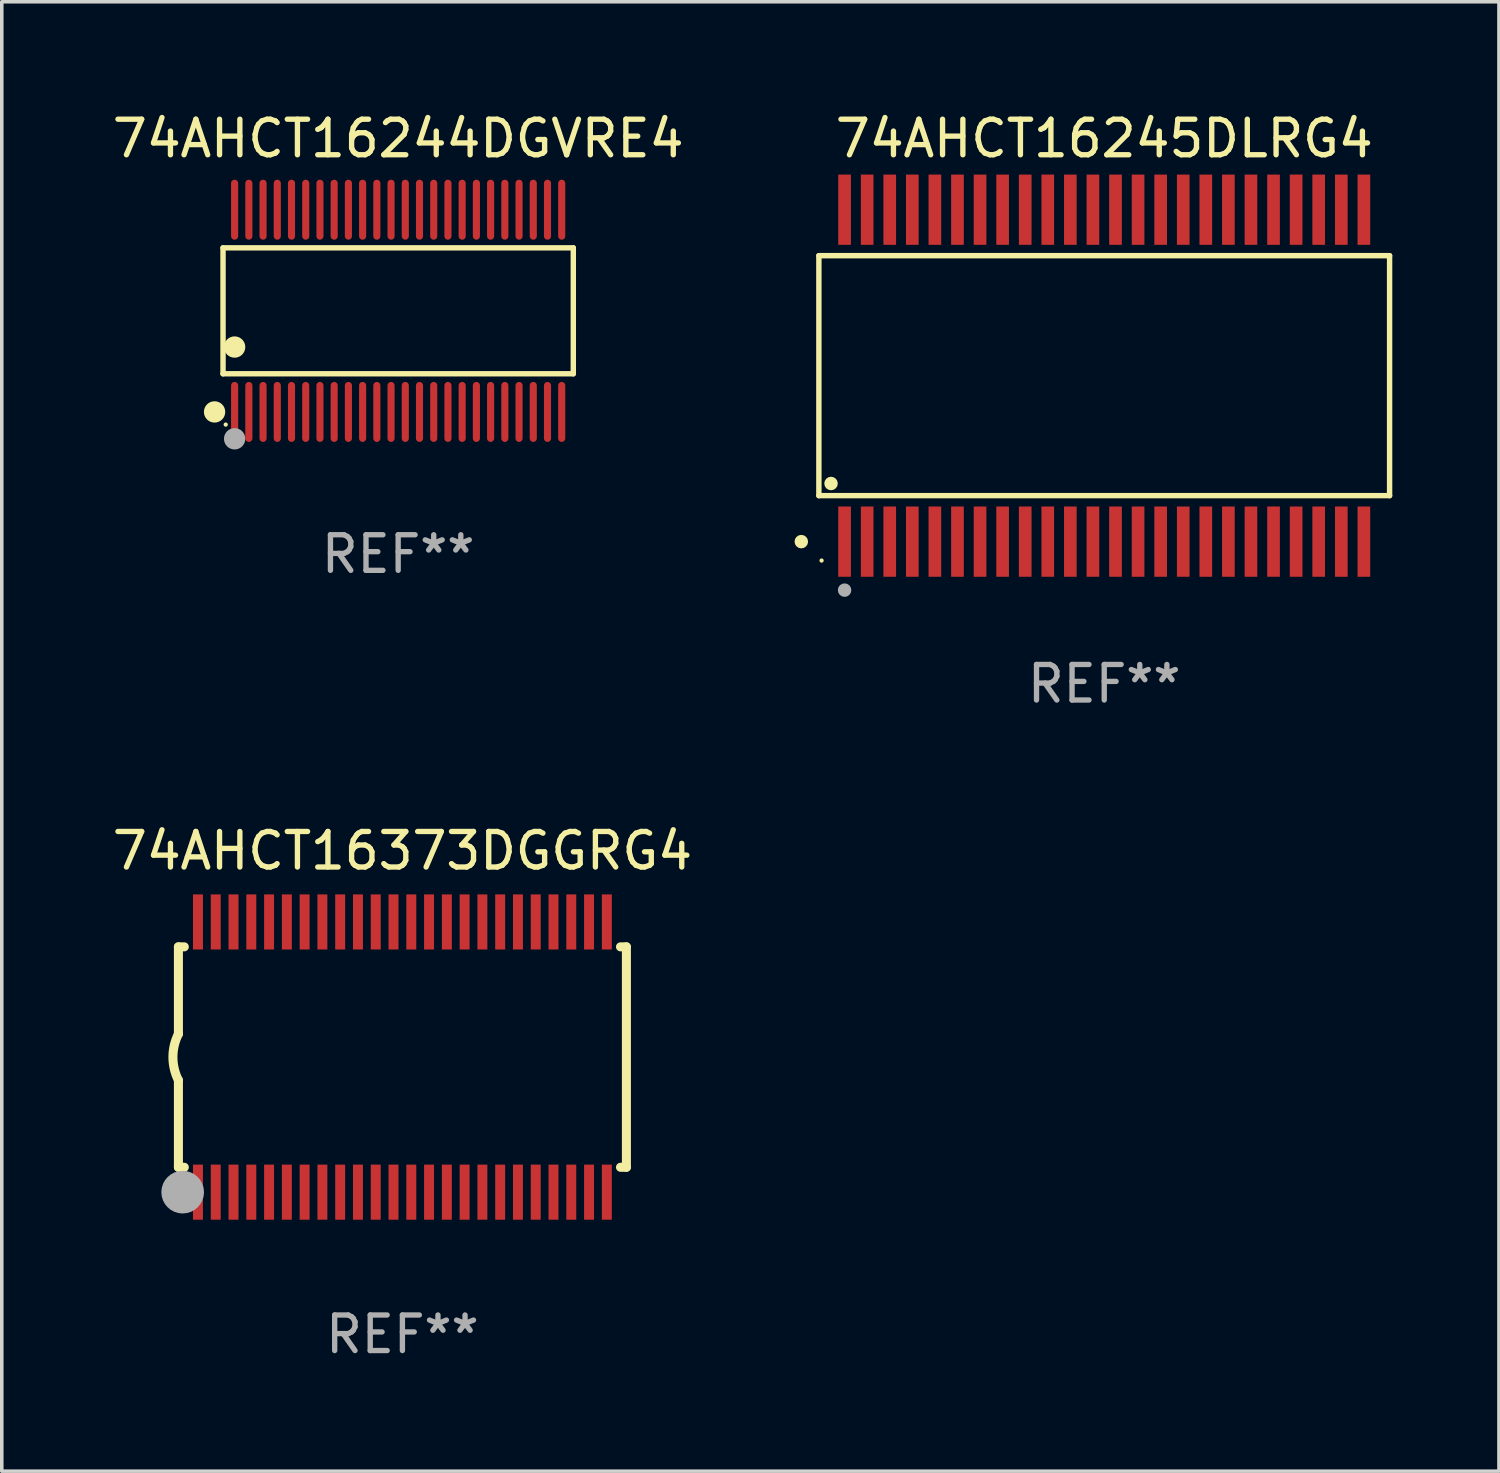
<source format=kicad_pcb>
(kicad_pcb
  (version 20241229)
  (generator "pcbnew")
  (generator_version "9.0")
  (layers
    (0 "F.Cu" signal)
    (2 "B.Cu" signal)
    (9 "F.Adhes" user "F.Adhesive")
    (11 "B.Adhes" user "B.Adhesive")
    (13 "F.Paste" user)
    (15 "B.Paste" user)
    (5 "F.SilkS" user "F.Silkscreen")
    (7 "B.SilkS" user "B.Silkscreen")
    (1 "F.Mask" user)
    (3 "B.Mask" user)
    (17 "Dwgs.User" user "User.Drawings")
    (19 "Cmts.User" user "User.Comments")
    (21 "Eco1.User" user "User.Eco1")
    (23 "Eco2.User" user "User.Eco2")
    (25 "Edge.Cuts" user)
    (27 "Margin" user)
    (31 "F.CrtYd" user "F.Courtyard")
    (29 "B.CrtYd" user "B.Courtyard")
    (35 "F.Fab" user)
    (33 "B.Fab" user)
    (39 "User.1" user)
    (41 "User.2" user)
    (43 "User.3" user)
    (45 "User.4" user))
  (footprint "74AHCT16373DGGRG4"
    (layer "F.Cu")
    (at 8.268 26.681)
    (property "Reference" "74AHCT16373DGGRG4" (at 0 -5.8 0) (layer "F.SilkS") (effects (font (size 1 1) (thickness 0.15))))
    (attr through_hole)
    (fp_line (start -6.3 -3.1) (end -6.3 -0.65) (stroke (width 0.254) (type solid)) (layer "F.SilkS"))
    (fp_line (start -6.3 -3.1) (end -6.134 -3.1) (stroke (width 0.254) (type solid)) (layer "F.SilkS"))
    (fp_line (start -6.3 3.1) (end -6.3 0.65) (stroke (width 0.254) (type solid)) (layer "F.SilkS"))
    (fp_line (start -6.3 3.1) (end -6.134 3.1) (stroke (width 0.254) (type solid)) (layer "F.SilkS"))
    (fp_line (start 6.134 -3.1) (end 6.3 -3.1) (stroke (width 0.254) (type solid)) (layer "F.SilkS"))
    (fp_line (start 6.134 3.1) (end 6.3 3.1) (stroke (width 0.254) (type solid)) (layer "F.SilkS"))
    (fp_line (start 6.3 -3.1) (end 6.3 3.1) (stroke (width 0.254) (type solid)) (layer "F.SilkS"))
    (fp_arc (start -6.301016 0.650114) (mid -6.45413 -0.000082) (end -6.3 -0.650038) (stroke (width 0.254001) (type solid)) (layer "F.SilkS"))
    (fp_circle (center -6.35 3.81) (end -6.223 3.81) (stroke (width 0.254) (type solid)) (fill no) (layer "F.SilkS"))
    (fp_circle (center -6.25 4.05) (end -6.22 4.05) (stroke (width 0.06) (type solid)) (fill no) (layer "F.SilkS"))
    (fp_circle (center -6.18 3.8) (end -5.88 3.8) (stroke (width 0.6) (type solid)) (fill no) (layer "F.Fab"))
    (fp_text user "REF**" (at 0 7.8 0) (layer "F.Fab") (effects (font (size 1 1) (thickness 0.15))))
    (pad "1" smd rect (at -5.75 3.8) (size 0.28 1.55) (layers "F.Cu" "F.Mask" "F.Paste"))
    (pad "2" smd rect (at -5.25 3.8) (size 0.28 1.55) (layers "F.Cu" "F.Mask" "F.Paste"))
    (pad "3" smd rect (at -4.75 3.8) (size 0.28 1.55) (layers "F.Cu" "F.Mask" "F.Paste"))
    (pad "4" smd rect (at -4.25 3.8) (size 0.28 1.55) (layers "F.Cu" "F.Mask" "F.Paste"))
    (pad "5" smd rect (at -3.75 3.8) (size 0.28 1.55) (layers "F.Cu" "F.Mask" "F.Paste"))
    (pad "6" smd rect (at -3.25 3.8) (size 0.28 1.55) (layers "F.Cu" "F.Mask" "F.Paste"))
    (pad "7" smd rect (at -2.75 3.8) (size 0.28 1.55) (layers "F.Cu" "F.Mask" "F.Paste"))
    (pad "8" smd rect (at -2.25 3.8) (size 0.28 1.55) (layers "F.Cu" "F.Mask" "F.Paste"))
    (pad "9" smd rect (at -1.75 3.8) (size 0.28 1.55) (layers "F.Cu" "F.Mask" "F.Paste"))
    (pad "10" smd rect (at -1.25 3.8) (size 0.28 1.55) (layers "F.Cu" "F.Mask" "F.Paste"))
    (pad "11" smd rect (at -0.75 3.8) (size 0.28 1.55) (layers "F.Cu" "F.Mask" "F.Paste"))
    (pad "12" smd rect (at -0.25 3.8) (size 0.28 1.55) (layers "F.Cu" "F.Mask" "F.Paste"))
    (pad "13" smd rect (at 0.25 3.8) (size 0.28 1.55) (layers "F.Cu" "F.Mask" "F.Paste"))
    (pad "14" smd rect (at 0.75 3.8) (size 0.28 1.55) (layers "F.Cu" "F.Mask" "F.Paste"))
    (pad "15" smd rect (at 1.25 3.8) (size 0.28 1.55) (layers "F.Cu" "F.Mask" "F.Paste"))
    (pad "16" smd rect (at 1.75 3.8) (size 0.28 1.55) (layers "F.Cu" "F.Mask" "F.Paste"))
    (pad "17" smd rect (at 2.25 3.8) (size 0.28 1.55) (layers "F.Cu" "F.Mask" "F.Paste"))
    (pad "18" smd rect (at 2.75 3.8) (size 0.28 1.55) (layers "F.Cu" "F.Mask" "F.Paste"))
    (pad "19" smd rect (at 3.25 3.8) (size 0.28 1.55) (layers "F.Cu" "F.Mask" "F.Paste"))
    (pad "20" smd rect (at 3.75 3.8) (size 0.28 1.55) (layers "F.Cu" "F.Mask" "F.Paste"))
    (pad "21" smd rect (at 4.25 3.8) (size 0.28 1.55) (layers "F.Cu" "F.Mask" "F.Paste"))
    (pad "22" smd rect (at 4.75 3.8) (size 0.28 1.55) (layers "F.Cu" "F.Mask" "F.Paste"))
    (pad "23" smd rect (at 5.25 3.8) (size 0.28 1.55) (layers "F.Cu" "F.Mask" "F.Paste"))
    (pad "24" smd rect (at 5.75 3.8) (size 0.28 1.55) (layers "F.Cu" "F.Mask" "F.Paste"))
    (pad "25" smd rect (at 5.75 -3.8) (size 0.28 1.55) (layers "F.Cu" "F.Mask" "F.Paste"))
    (pad "26" smd rect (at 5.25 -3.8) (size 0.28 1.55) (layers "F.Cu" "F.Mask" "F.Paste"))
    (pad "27" smd rect (at 4.75 -3.8) (size 0.28 1.55) (layers "F.Cu" "F.Mask" "F.Paste"))
    (pad "28" smd rect (at 4.25 -3.8) (size 0.28 1.55) (layers "F.Cu" "F.Mask" "F.Paste"))
    (pad "29" smd rect (at 3.75 -3.8) (size 0.28 1.55) (layers "F.Cu" "F.Mask" "F.Paste"))
    (pad "30" smd rect (at 3.25 -3.8) (size 0.28 1.55) (layers "F.Cu" "F.Mask" "F.Paste"))
    (pad "31" smd rect (at 2.75 -3.8) (size 0.28 1.55) (layers "F.Cu" "F.Mask" "F.Paste"))
    (pad "32" smd rect (at 2.25 -3.8) (size 0.28 1.55) (layers "F.Cu" "F.Mask" "F.Paste"))
    (pad "33" smd rect (at 1.75 -3.8) (size 0.28 1.55) (layers "F.Cu" "F.Mask" "F.Paste"))
    (pad "34" smd rect (at 1.25 -3.8) (size 0.28 1.55) (layers "F.Cu" "F.Mask" "F.Paste"))
    (pad "35" smd rect (at 0.75 -3.8) (size 0.28 1.55) (layers "F.Cu" "F.Mask" "F.Paste"))
    (pad "36" smd rect (at 0.25 -3.8) (size 0.28 1.55) (layers "F.Cu" "F.Mask" "F.Paste"))
    (pad "37" smd rect (at -0.25 -3.8) (size 0.28 1.55) (layers "F.Cu" "F.Mask" "F.Paste"))
    (pad "38" smd rect (at -0.75 -3.8) (size 0.28 1.55) (layers "F.Cu" "F.Mask" "F.Paste"))
    (pad "39" smd rect (at -1.25 -3.8) (size 0.28 1.55) (layers "F.Cu" "F.Mask" "F.Paste"))
    (pad "40" smd rect (at -1.75 -3.8) (size 0.28 1.55) (layers "F.Cu" "F.Mask" "F.Paste"))
    (pad "41" smd rect (at -2.25 -3.8) (size 0.28 1.55) (layers "F.Cu" "F.Mask" "F.Paste"))
    (pad "42" smd rect (at -2.75 -3.8) (size 0.28 1.55) (layers "F.Cu" "F.Mask" "F.Paste"))
    (pad "43" smd rect (at -3.25 -3.8) (size 0.28 1.55) (layers "F.Cu" "F.Mask" "F.Paste"))
    (pad "44" smd rect (at -3.75 -3.8) (size 0.28 1.55) (layers "F.Cu" "F.Mask" "F.Paste"))
    (pad "45" smd rect (at -4.25 -3.8) (size 0.28 1.55) (layers "F.Cu" "F.Mask" "F.Paste"))
    (pad "46" smd rect (at -4.75 -3.8) (size 0.28 1.55) (layers "F.Cu" "F.Mask" "F.Paste"))
    (pad "47" smd rect (at -5.25 -3.8) (size 0.28 1.55) (layers "F.Cu" "F.Mask" "F.Paste"))
    (pad "48" smd rect (at -5.75 -3.8) (size 0.28 1.55) (layers "F.Cu" "F.Mask" "F.Paste")))
  (footprint "74AHCT16245DLRG4"
    (layer "F.Cu")
    (at 28.008 7.516)
    (property "Reference" "74AHCT16245DLRG4" (at 0 -6.668 0) (layer "F.SilkS") (effects (font (size 1 1) (thickness 0.15))))
    (attr through_hole)
    (fp_line (start -8.026 -3.375) (end 8.026 -3.375) (stroke (width 0.152) (type solid)) (layer "F.SilkS"))
    (fp_line (start -8.026 3.375) (end -8.026 -3.375) (stroke (width 0.152) (type solid)) (layer "F.SilkS"))
    (fp_line (start 8.026 -3.375) (end 8.026 3.375) (stroke (width 0.152) (type solid)) (layer "F.SilkS"))
    (fp_line (start 8.026 3.375) (end -8.026 3.375) (stroke (width 0.152) (type solid)) (layer "F.SilkS"))
    (fp_circle (center -8.52 4.668) (end -8.425 4.668) (stroke (width 0.19) (type solid)) (fill no) (layer "F.SilkS"))
    (fp_circle (center -7.95 5.2) (end -7.92 5.2) (stroke (width 0.06) (type solid)) (fill no) (layer "F.SilkS"))
    (fp_circle (center -7.684 3.033) (end -7.589 3.033) (stroke (width 0.19) (type solid)) (fill no) (layer "F.SilkS"))
    (fp_circle (center -7.303 6.032) (end -7.208 6.032) (stroke (width 0.19) (type solid)) (fill no) (layer "F.Fab"))
    (fp_text user "REF**" (at 0 8.668 0) (layer "F.Fab") (effects (font (size 1 1) (thickness 0.15))))
    (pad "1" smd rect (at -7.303 4.668) (size 0.356 1.976) (layers "F.Cu" "F.Mask" "F.Paste"))
    (pad "2" smd rect (at -6.668 4.668) (size 0.356 1.976) (layers "F.Cu" "F.Mask" "F.Paste"))
    (pad "3" smd rect (at -6.033 4.668) (size 0.356 1.976) (layers "F.Cu" "F.Mask" "F.Paste"))
    (pad "4" smd rect (at -5.398 4.668) (size 0.356 1.976) (layers "F.Cu" "F.Mask" "F.Paste"))
    (pad "5" smd rect (at -4.763 4.668) (size 0.356 1.976) (layers "F.Cu" "F.Mask" "F.Paste"))
    (pad "6" smd rect (at -4.128 4.668) (size 0.356 1.976) (layers "F.Cu" "F.Mask" "F.Paste"))
    (pad "7" smd rect (at -3.493 4.668) (size 0.356 1.976) (layers "F.Cu" "F.Mask" "F.Paste"))
    (pad "8" smd rect (at -2.858 4.668) (size 0.356 1.976) (layers "F.Cu" "F.Mask" "F.Paste"))
    (pad "9" smd rect (at -2.223 4.668) (size 0.356 1.976) (layers "F.Cu" "F.Mask" "F.Paste"))
    (pad "10" smd rect (at -1.588 4.668) (size 0.356 1.976) (layers "F.Cu" "F.Mask" "F.Paste"))
    (pad "11" smd rect (at -0.953 4.668) (size 0.356 1.976) (layers "F.Cu" "F.Mask" "F.Paste"))
    (pad "12" smd rect (at -0.318 4.668) (size 0.356 1.976) (layers "F.Cu" "F.Mask" "F.Paste"))
    (pad "13" smd rect (at 0.317 4.668) (size 0.356 1.976) (layers "F.Cu" "F.Mask" "F.Paste"))
    (pad "14" smd rect (at 0.952 4.668) (size 0.356 1.976) (layers "F.Cu" "F.Mask" "F.Paste"))
    (pad "15" smd rect (at 1.587 4.668) (size 0.356 1.976) (layers "F.Cu" "F.Mask" "F.Paste"))
    (pad "16" smd rect (at 2.222 4.668) (size 0.356 1.976) (layers "F.Cu" "F.Mask" "F.Paste"))
    (pad "17" smd rect (at 2.857 4.668) (size 0.356 1.976) (layers "F.Cu" "F.Mask" "F.Paste"))
    (pad "18" smd rect (at 3.492 4.668) (size 0.356 1.976) (layers "F.Cu" "F.Mask" "F.Paste"))
    (pad "19" smd rect (at 4.127 4.668) (size 0.356 1.976) (layers "F.Cu" "F.Mask" "F.Paste"))
    (pad "20" smd rect (at 4.762 4.668) (size 0.356 1.976) (layers "F.Cu" "F.Mask" "F.Paste"))
    (pad "21" smd rect (at 5.397 4.668) (size 0.356 1.976) (layers "F.Cu" "F.Mask" "F.Paste"))
    (pad "22" smd rect (at 6.032 4.668) (size 0.356 1.976) (layers "F.Cu" "F.Mask" "F.Paste"))
    (pad "23" smd rect (at 6.668 4.668) (size 0.356 1.976) (layers "F.Cu" "F.Mask" "F.Paste"))
    (pad "24" smd rect (at 7.303 4.668) (size 0.356 1.976) (layers "F.Cu" "F.Mask" "F.Paste"))
    (pad "25" smd rect (at 7.303 -4.668) (size 0.356 1.976) (layers "F.Cu" "F.Mask" "F.Paste"))
    (pad "26" smd rect (at 6.668 -4.668) (size 0.356 1.976) (layers "F.Cu" "F.Mask" "F.Paste"))
    (pad "27" smd rect (at 6.032 -4.668) (size 0.356 1.976) (layers "F.Cu" "F.Mask" "F.Paste"))
    (pad "28" smd rect (at 5.397 -4.668) (size 0.356 1.976) (layers "F.Cu" "F.Mask" "F.Paste"))
    (pad "29" smd rect (at 4.762 -4.668) (size 0.356 1.976) (layers "F.Cu" "F.Mask" "F.Paste"))
    (pad "30" smd rect (at 4.127 -4.668) (size 0.356 1.976) (layers "F.Cu" "F.Mask" "F.Paste"))
    (pad "31" smd rect (at 3.492 -4.668) (size 0.356 1.976) (layers "F.Cu" "F.Mask" "F.Paste"))
    (pad "32" smd rect (at 2.857 -4.668) (size 0.356 1.976) (layers "F.Cu" "F.Mask" "F.Paste"))
    (pad "33" smd rect (at 2.222 -4.668) (size 0.356 1.976) (layers "F.Cu" "F.Mask" "F.Paste"))
    (pad "34" smd rect (at 1.587 -4.668) (size 0.356 1.976) (layers "F.Cu" "F.Mask" "F.Paste"))
    (pad "35" smd rect (at 0.952 -4.668) (size 0.356 1.976) (layers "F.Cu" "F.Mask" "F.Paste"))
    (pad "36" smd rect (at 0.317 -4.668) (size 0.356 1.976) (layers "F.Cu" "F.Mask" "F.Paste"))
    (pad "37" smd rect (at -0.318 -4.668) (size 0.356 1.976) (layers "F.Cu" "F.Mask" "F.Paste"))
    (pad "38" smd rect (at -0.953 -4.668) (size 0.356 1.976) (layers "F.Cu" "F.Mask" "F.Paste"))
    (pad "39" smd rect (at -1.588 -4.668) (size 0.356 1.976) (layers "F.Cu" "F.Mask" "F.Paste"))
    (pad "40" smd rect (at -2.223 -4.668) (size 0.356 1.976) (layers "F.Cu" "F.Mask" "F.Paste"))
    (pad "41" smd rect (at -2.858 -4.668) (size 0.356 1.976) (layers "F.Cu" "F.Mask" "F.Paste"))
    (pad "42" smd rect (at -3.493 -4.668) (size 0.356 1.976) (layers "F.Cu" "F.Mask" "F.Paste"))
    (pad "43" smd rect (at -4.128 -4.668) (size 0.356 1.976) (layers "F.Cu" "F.Mask" "F.Paste"))
    (pad "44" smd rect (at -4.763 -4.668) (size 0.356 1.976) (layers "F.Cu" "F.Mask" "F.Paste"))
    (pad "45" smd rect (at -5.398 -4.668) (size 0.356 1.976) (layers "F.Cu" "F.Mask" "F.Paste"))
    (pad "46" smd rect (at -6.033 -4.668) (size 0.356 1.976) (layers "F.Cu" "F.Mask" "F.Paste"))
    (pad "47" smd rect (at -6.668 -4.668) (size 0.356 1.976) (layers "F.Cu" "F.Mask" "F.Paste"))
    (pad "48" smd rect (at -7.303 -4.668) (size 0.356 1.976) (layers "F.Cu" "F.Mask" "F.Paste")))
  (footprint "74AHCT16244DGVRE4"
    (layer "F.Cu")
    (at 8.149 5.692)
    (property "Reference" "74AHCT16244DGVRE4" (at 0 -4.844 0) (layer "F.SilkS") (effects (font (size 1 1) (thickness 0.15))))
    (attr through_hole)
    (fp_line (start -4.926 -1.771) (end 4.926 -1.771) (stroke (width 0.152) (type solid)) (layer "F.SilkS"))
    (fp_line (start -4.926 1.771) (end -4.926 -1.771) (stroke (width 0.152) (type solid)) (layer "F.SilkS"))
    (fp_line (start 4.926 -1.771) (end 4.926 1.771) (stroke (width 0.152) (type solid)) (layer "F.SilkS"))
    (fp_line (start 4.926 1.771) (end -4.926 1.771) (stroke (width 0.152) (type solid)) (layer "F.SilkS"))
    (fp_circle (center -5.164 2.844) (end -5.014 2.844) (stroke (width 0.3) (type solid)) (fill no) (layer "F.SilkS"))
    (fp_circle (center -4.85 3.2) (end -4.82 3.2) (stroke (width 0.06) (type solid)) (fill no) (layer "F.SilkS"))
    (fp_circle (center -4.6 1.019) (end -4.45 1.019) (stroke (width 0.3) (type solid)) (fill no) (layer "F.SilkS"))
    (fp_circle (center -4.6 3.6) (end -4.45 3.6) (stroke (width 0.3) (type solid)) (fill no) (layer "F.Fab"))
    (fp_text user "REF**" (at 0 6.844 0) (layer "F.Fab") (effects (font (size 1 1) (thickness 0.15))))
    (pad "1" smd oval (at -4.6 2.844) (size 0.2 1.687) (layers "F.Cu" "F.Mask" "F.Paste"))
    (pad "2" smd oval (at -4.2 2.844) (size 0.2 1.687) (layers "F.Cu" "F.Mask" "F.Paste"))
    (pad "3" smd oval (at -3.8 2.844) (size 0.2 1.687) (layers "F.Cu" "F.Mask" "F.Paste"))
    (pad "4" smd oval (at -3.4 2.844) (size 0.2 1.687) (layers "F.Cu" "F.Mask" "F.Paste"))
    (pad "5" smd oval (at -3 2.844) (size 0.2 1.687) (layers "F.Cu" "F.Mask" "F.Paste"))
    (pad "6" smd oval (at -2.6 2.844) (size 0.2 1.687) (layers "F.Cu" "F.Mask" "F.Paste"))
    (pad "7" smd oval (at -2.2 2.844) (size 0.2 1.687) (layers "F.Cu" "F.Mask" "F.Paste"))
    (pad "8" smd oval (at -1.8 2.844) (size 0.2 1.687) (layers "F.Cu" "F.Mask" "F.Paste"))
    (pad "9" smd oval (at -1.4 2.844) (size 0.2 1.687) (layers "F.Cu" "F.Mask" "F.Paste"))
    (pad "10" smd oval (at -1 2.844) (size 0.2 1.687) (layers "F.Cu" "F.Mask" "F.Paste"))
    (pad "11" smd oval (at -0.6 2.844) (size 0.2 1.687) (layers "F.Cu" "F.Mask" "F.Paste"))
    (pad "12" smd oval (at -0.2 2.844) (size 0.2 1.687) (layers "F.Cu" "F.Mask" "F.Paste"))
    (pad "13" smd oval (at 0.2 2.844) (size 0.2 1.687) (layers "F.Cu" "F.Mask" "F.Paste"))
    (pad "14" smd oval (at 0.6 2.844) (size 0.2 1.687) (layers "F.Cu" "F.Mask" "F.Paste"))
    (pad "15" smd oval (at 1 2.844) (size 0.2 1.687) (layers "F.Cu" "F.Mask" "F.Paste"))
    (pad "16" smd oval (at 1.4 2.844) (size 0.2 1.687) (layers "F.Cu" "F.Mask" "F.Paste"))
    (pad "17" smd oval (at 1.8 2.844) (size 0.2 1.687) (layers "F.Cu" "F.Mask" "F.Paste"))
    (pad "18" smd oval (at 2.2 2.844) (size 0.2 1.687) (layers "F.Cu" "F.Mask" "F.Paste"))
    (pad "19" smd oval (at 2.6 2.844) (size 0.2 1.687) (layers "F.Cu" "F.Mask" "F.Paste"))
    (pad "20" smd oval (at 3 2.844) (size 0.2 1.687) (layers "F.Cu" "F.Mask" "F.Paste"))
    (pad "21" smd oval (at 3.4 2.844) (size 0.2 1.687) (layers "F.Cu" "F.Mask" "F.Paste"))
    (pad "22" smd oval (at 3.8 2.844) (size 0.2 1.687) (layers "F.Cu" "F.Mask" "F.Paste"))
    (pad "23" smd oval (at 4.2 2.844) (size 0.2 1.687) (layers "F.Cu" "F.Mask" "F.Paste"))
    (pad "24" smd oval (at 4.6 2.844) (size 0.2 1.687) (layers "F.Cu" "F.Mask" "F.Paste"))
    (pad "25" smd oval (at 4.6 -2.844) (size 0.2 1.687) (layers "F.Cu" "F.Mask" "F.Paste"))
    (pad "26" smd oval (at 4.2 -2.844) (size 0.2 1.687) (layers "F.Cu" "F.Mask" "F.Paste"))
    (pad "27" smd oval (at 3.8 -2.844) (size 0.2 1.687) (layers "F.Cu" "F.Mask" "F.Paste"))
    (pad "28" smd oval (at 3.4 -2.844) (size 0.2 1.687) (layers "F.Cu" "F.Mask" "F.Paste"))
    (pad "29" smd oval (at 3 -2.844) (size 0.2 1.687) (layers "F.Cu" "F.Mask" "F.Paste"))
    (pad "30" smd oval (at 2.6 -2.844) (size 0.2 1.687) (layers "F.Cu" "F.Mask" "F.Paste"))
    (pad "31" smd oval (at 2.2 -2.844) (size 0.2 1.687) (layers "F.Cu" "F.Mask" "F.Paste"))
    (pad "32" smd oval (at 1.8 -2.844) (size 0.2 1.687) (layers "F.Cu" "F.Mask" "F.Paste"))
    (pad "33" smd oval (at 1.4 -2.844) (size 0.2 1.687) (layers "F.Cu" "F.Mask" "F.Paste"))
    (pad "34" smd oval (at 1 -2.844) (size 0.2 1.687) (layers "F.Cu" "F.Mask" "F.Paste"))
    (pad "35" smd oval (at 0.6 -2.844) (size 0.2 1.687) (layers "F.Cu" "F.Mask" "F.Paste"))
    (pad "36" smd oval (at 0.2 -2.844) (size 0.2 1.687) (layers "F.Cu" "F.Mask" "F.Paste"))
    (pad "37" smd oval (at -0.2 -2.844) (size 0.2 1.687) (layers "F.Cu" "F.Mask" "F.Paste"))
    (pad "38" smd oval (at -0.6 -2.844) (size 0.2 1.687) (layers "F.Cu" "F.Mask" "F.Paste"))
    (pad "39" smd oval (at -1 -2.844) (size 0.2 1.687) (layers "F.Cu" "F.Mask" "F.Paste"))
    (pad "40" smd oval (at -1.4 -2.844) (size 0.2 1.687) (layers "F.Cu" "F.Mask" "F.Paste"))
    (pad "41" smd oval (at -1.8 -2.844) (size 0.2 1.687) (layers "F.Cu" "F.Mask" "F.Paste"))
    (pad "42" smd oval (at -2.2 -2.844) (size 0.2 1.687) (layers "F.Cu" "F.Mask" "F.Paste"))
    (pad "43" smd oval (at -2.6 -2.844) (size 0.2 1.687) (layers "F.Cu" "F.Mask" "F.Paste"))
    (pad "44" smd oval (at -3 -2.844) (size 0.2 1.687) (layers "F.Cu" "F.Mask" "F.Paste"))
    (pad "45" smd oval (at -3.4 -2.844) (size 0.2 1.687) (layers "F.Cu" "F.Mask" "F.Paste"))
    (pad "46" smd oval (at -3.8 -2.844) (size 0.2 1.687) (layers "F.Cu" "F.Mask" "F.Paste"))
    (pad "47" smd oval (at -4.2 -2.844) (size 0.2 1.687) (layers "F.Cu" "F.Mask" "F.Paste"))
    (pad "48" smd oval (at -4.6 -2.844) (size 0.2 1.687) (layers "F.Cu" "F.Mask" "F.Paste")))
  (gr_rect
    (start -3 -3)
    (end 39.11 38.329)
    (stroke (width 0.1) (type default))
    (fill no)
    (layer "Edge.Cuts")))
</source>
